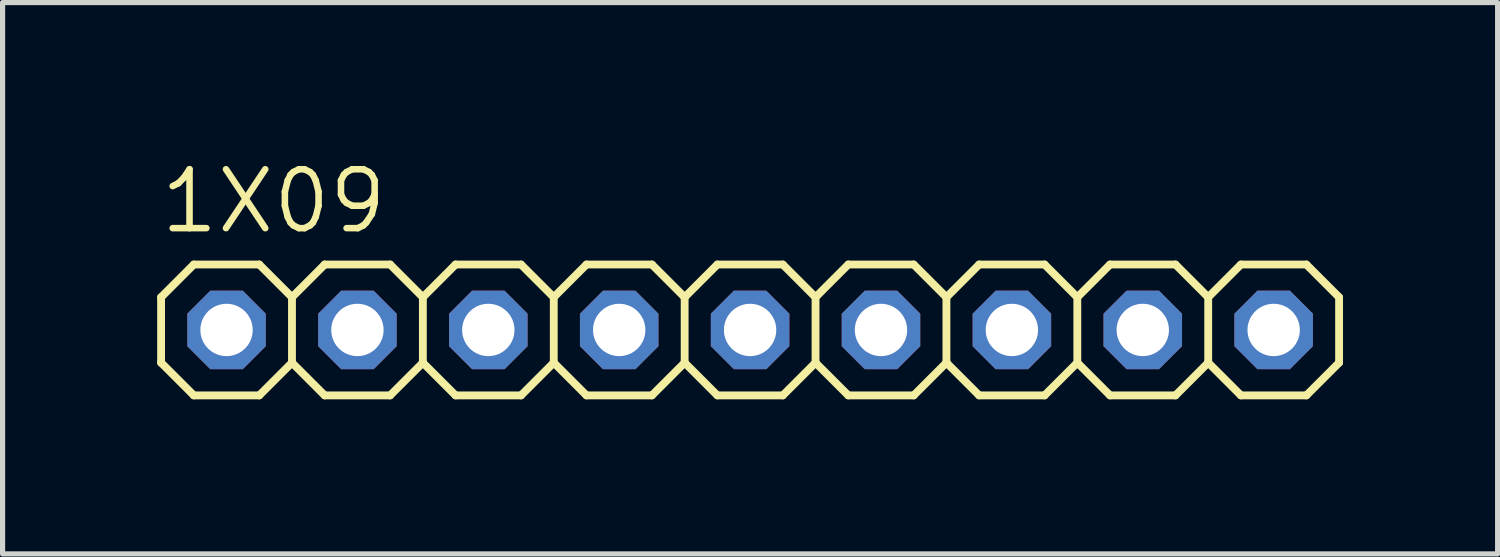
<source format=kicad_pcb>
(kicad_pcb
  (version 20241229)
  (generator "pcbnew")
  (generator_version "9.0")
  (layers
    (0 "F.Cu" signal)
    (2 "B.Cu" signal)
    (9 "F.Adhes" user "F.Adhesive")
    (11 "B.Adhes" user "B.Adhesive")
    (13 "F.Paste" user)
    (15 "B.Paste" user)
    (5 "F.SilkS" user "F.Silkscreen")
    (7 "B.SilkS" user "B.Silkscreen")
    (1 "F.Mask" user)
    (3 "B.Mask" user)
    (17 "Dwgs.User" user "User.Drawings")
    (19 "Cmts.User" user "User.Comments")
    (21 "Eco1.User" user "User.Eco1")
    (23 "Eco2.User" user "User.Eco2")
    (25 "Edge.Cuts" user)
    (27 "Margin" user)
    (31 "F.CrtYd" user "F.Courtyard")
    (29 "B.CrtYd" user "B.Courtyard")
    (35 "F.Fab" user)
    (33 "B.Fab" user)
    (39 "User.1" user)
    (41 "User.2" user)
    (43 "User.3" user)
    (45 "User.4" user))
  (footprint "1X09"
    (layer "F.Cu")
    (at 11.506 3.353)
    (property "Reference" "1X09" (at -11.506 -1.829 0) (layer "F.SilkS") (effects (font (size 1.143 1.143) (thickness 0.127)) (justify left bottom)))
    (fp_line (start -11.43 -0.635) (end -11.43 0.635) (stroke (width 0.152) (type solid)) (layer "F.SilkS"))
    (fp_line (start -11.43 0.635) (end -10.795 1.27) (stroke (width 0.152) (type solid)) (layer "F.SilkS"))
    (fp_line (start -10.795 -1.27) (end -11.43 -0.635) (stroke (width 0.152) (type solid)) (layer "F.SilkS"))
    (fp_line (start -10.795 -1.27) (end -9.525 -1.27) (stroke (width 0.152) (type solid)) (layer "F.SilkS"))
    (fp_line (start -9.525 -1.27) (end -8.89 -0.635) (stroke (width 0.152) (type solid)) (layer "F.SilkS"))
    (fp_line (start -9.525 1.27) (end -10.795 1.27) (stroke (width 0.152) (type solid)) (layer "F.SilkS"))
    (fp_line (start -8.89 -0.635) (end -8.89 0.635) (stroke (width 0.152) (type solid)) (layer "F.SilkS"))
    (fp_line (start -8.89 -0.635) (end -8.255 -1.27) (stroke (width 0.152) (type solid)) (layer "F.SilkS"))
    (fp_line (start -8.89 0.635) (end -9.525 1.27) (stroke (width 0.152) (type solid)) (layer "F.SilkS"))
    (fp_line (start -8.255 -1.27) (end -6.985 -1.27) (stroke (width 0.152) (type solid)) (layer "F.SilkS"))
    (fp_line (start -8.255 1.27) (end -8.89 0.635) (stroke (width 0.152) (type solid)) (layer "F.SilkS"))
    (fp_line (start -6.985 -1.27) (end -6.35 -0.635) (stroke (width 0.152) (type solid)) (layer "F.SilkS"))
    (fp_line (start -6.985 1.27) (end -8.255 1.27) (stroke (width 0.152) (type solid)) (layer "F.SilkS"))
    (fp_line (start -6.35 -0.635) (end -6.35 0.635) (stroke (width 0.152) (type solid)) (layer "F.SilkS"))
    (fp_line (start -6.35 -0.635) (end -5.715 -1.27) (stroke (width 0.152) (type solid)) (layer "F.SilkS"))
    (fp_line (start -6.35 0.635) (end -6.985 1.27) (stroke (width 0.152) (type solid)) (layer "F.SilkS"))
    (fp_line (start -5.715 -1.27) (end -4.445 -1.27) (stroke (width 0.152) (type solid)) (layer "F.SilkS"))
    (fp_line (start -5.715 1.27) (end -6.35 0.635) (stroke (width 0.152) (type solid)) (layer "F.SilkS"))
    (fp_line (start -4.445 -1.27) (end -3.81 -0.635) (stroke (width 0.152) (type solid)) (layer "F.SilkS"))
    (fp_line (start -4.445 1.27) (end -5.715 1.27) (stroke (width 0.152) (type solid)) (layer "F.SilkS"))
    (fp_line (start -3.81 -0.635) (end -3.81 0.635) (stroke (width 0.152) (type solid)) (layer "F.SilkS"))
    (fp_line (start -3.81 0.635) (end -4.445 1.27) (stroke (width 0.152) (type solid)) (layer "F.SilkS"))
    (fp_line (start -3.81 0.635) (end -3.175 1.27) (stroke (width 0.152) (type solid)) (layer "F.SilkS"))
    (fp_line (start -3.175 -1.27) (end -3.81 -0.635) (stroke (width 0.152) (type solid)) (layer "F.SilkS"))
    (fp_line (start -3.175 -1.27) (end -1.905 -1.27) (stroke (width 0.152) (type solid)) (layer "F.SilkS"))
    (fp_line (start -1.905 -1.27) (end -1.27 -0.635) (stroke (width 0.152) (type solid)) (layer "F.SilkS"))
    (fp_line (start -1.905 1.27) (end -3.175 1.27) (stroke (width 0.152) (type solid)) (layer "F.SilkS"))
    (fp_line (start -1.27 -0.635) (end -1.27 0.635) (stroke (width 0.152) (type solid)) (layer "F.SilkS"))
    (fp_line (start -1.27 -0.635) (end -0.635 -1.27) (stroke (width 0.152) (type solid)) (layer "F.SilkS"))
    (fp_line (start -1.27 0.635) (end -1.905 1.27) (stroke (width 0.152) (type solid)) (layer "F.SilkS"))
    (fp_line (start -0.635 -1.27) (end 0.635 -1.27) (stroke (width 0.152) (type solid)) (layer "F.SilkS"))
    (fp_line (start -0.635 1.27) (end -1.27 0.635) (stroke (width 0.152) (type solid)) (layer "F.SilkS"))
    (fp_line (start 0.635 -1.27) (end 1.27 -0.635) (stroke (width 0.152) (type solid)) (layer "F.SilkS"))
    (fp_line (start 0.635 1.27) (end -0.635 1.27) (stroke (width 0.152) (type solid)) (layer "F.SilkS"))
    (fp_line (start 1.27 -0.635) (end 1.27 0.635) (stroke (width 0.152) (type solid)) (layer "F.SilkS"))
    (fp_line (start 1.27 -0.635) (end 1.905 -1.27) (stroke (width 0.152) (type solid)) (layer "F.SilkS"))
    (fp_line (start 1.27 0.635) (end 0.635 1.27) (stroke (width 0.152) (type solid)) (layer "F.SilkS"))
    (fp_line (start 1.905 -1.27) (end 3.175 -1.27) (stroke (width 0.152) (type solid)) (layer "F.SilkS"))
    (fp_line (start 1.905 1.27) (end 1.27 0.635) (stroke (width 0.152) (type solid)) (layer "F.SilkS"))
    (fp_line (start 3.175 -1.27) (end 3.81 -0.635) (stroke (width 0.152) (type solid)) (layer "F.SilkS"))
    (fp_line (start 3.175 1.27) (end 1.905 1.27) (stroke (width 0.152) (type solid)) (layer "F.SilkS"))
    (fp_line (start 3.81 -0.635) (end 3.81 0.635) (stroke (width 0.152) (type solid)) (layer "F.SilkS"))
    (fp_line (start 3.81 0.635) (end 3.175 1.27) (stroke (width 0.152) (type solid)) (layer "F.SilkS"))
    (fp_line (start 3.81 0.635) (end 4.445 1.27) (stroke (width 0.152) (type solid)) (layer "F.SilkS"))
    (fp_line (start 4.445 -1.27) (end 3.81 -0.635) (stroke (width 0.152) (type solid)) (layer "F.SilkS"))
    (fp_line (start 4.445 -1.27) (end 5.715 -1.27) (stroke (width 0.152) (type solid)) (layer "F.SilkS"))
    (fp_line (start 5.715 -1.27) (end 6.35 -0.635) (stroke (width 0.152) (type solid)) (layer "F.SilkS"))
    (fp_line (start 5.715 1.27) (end 4.445 1.27) (stroke (width 0.152) (type solid)) (layer "F.SilkS"))
    (fp_line (start 6.35 -0.635) (end 6.35 0.635) (stroke (width 0.152) (type solid)) (layer "F.SilkS"))
    (fp_line (start 6.35 -0.635) (end 6.985 -1.27) (stroke (width 0.152) (type solid)) (layer "F.SilkS"))
    (fp_line (start 6.35 0.635) (end 5.715 1.27) (stroke (width 0.152) (type solid)) (layer "F.SilkS"))
    (fp_line (start 6.985 -1.27) (end 8.255 -1.27) (stroke (width 0.152) (type solid)) (layer "F.SilkS"))
    (fp_line (start 6.985 1.27) (end 6.35 0.635) (stroke (width 0.152) (type solid)) (layer "F.SilkS"))
    (fp_line (start 8.255 -1.27) (end 8.89 -0.635) (stroke (width 0.152) (type solid)) (layer "F.SilkS"))
    (fp_line (start 8.255 1.27) (end 6.985 1.27) (stroke (width 0.152) (type solid)) (layer "F.SilkS"))
    (fp_line (start 8.89 -0.635) (end 8.89 0.635) (stroke (width 0.152) (type solid)) (layer "F.SilkS"))
    (fp_line (start 8.89 0.635) (end 8.255 1.27) (stroke (width 0.152) (type solid)) (layer "F.SilkS"))
    (fp_line (start 8.89 0.635) (end 9.525 1.27) (stroke (width 0.152) (type solid)) (layer "F.SilkS"))
    (fp_line (start 9.525 -1.27) (end 8.89 -0.635) (stroke (width 0.152) (type solid)) (layer "F.SilkS"))
    (fp_line (start 9.525 -1.27) (end 10.795 -1.27) (stroke (width 0.152) (type solid)) (layer "F.SilkS"))
    (fp_line (start 10.795 -1.27) (end 11.43 -0.635) (stroke (width 0.152) (type solid)) (layer "F.SilkS"))
    (fp_line (start 10.795 1.27) (end 9.525 1.27) (stroke (width 0.152) (type solid)) (layer "F.SilkS"))
    (fp_line (start 11.43 -0.635) (end 11.43 0.635) (stroke (width 0.152) (type solid)) (layer "F.SilkS"))
    (fp_line (start 11.43 0.635) (end 10.795 1.27) (stroke (width 0.152) (type solid)) (layer "F.SilkS"))
    (fp_poly (pts (xy -10.414 0.254) (xy -9.906 0.254) (xy -9.906 -0.254) (xy -10.414 -0.254)) (stroke (width 0.1) (type default)) (fill no) (layer "F.Fab"))
    (fp_poly (pts (xy -7.874 0.254) (xy -7.366 0.254) (xy -7.366 -0.254) (xy -7.874 -0.254)) (stroke (width 0.1) (type default)) (fill no) (layer "F.Fab"))
    (fp_poly (pts (xy -5.334 0.254) (xy -4.826 0.254) (xy -4.826 -0.254) (xy -5.334 -0.254)) (stroke (width 0.1) (type default)) (fill no) (layer "F.Fab"))
    (fp_poly (pts (xy -2.794 0.254) (xy -2.286 0.254) (xy -2.286 -0.254) (xy -2.794 -0.254)) (stroke (width 0.1) (type default)) (fill no) (layer "F.Fab"))
    (fp_poly (pts (xy -0.254 0.254) (xy 0.254 0.254) (xy 0.254 -0.254) (xy -0.254 -0.254)) (stroke (width 0.1) (type default)) (fill no) (layer "F.Fab"))
    (fp_poly (pts (xy 2.286 0.254) (xy 2.794 0.254) (xy 2.794 -0.254) (xy 2.286 -0.254)) (stroke (width 0.1) (type default)) (fill no) (layer "F.Fab"))
    (fp_poly (pts (xy 4.826 0.254) (xy 5.334 0.254) (xy 5.334 -0.254) (xy 4.826 -0.254)) (stroke (width 0.1) (type default)) (fill no) (layer "F.Fab"))
    (fp_poly (pts (xy 7.366 0.254) (xy 7.874 0.254) (xy 7.874 -0.254) (xy 7.366 -0.254)) (stroke (width 0.1) (type default)) (fill no) (layer "F.Fab"))
    (fp_poly (pts (xy 9.906 0.254) (xy 10.414 0.254) (xy 10.414 -0.254) (xy 9.906 -0.254)) (stroke (width 0.1) (type default)) (fill no) (layer "F.Fab"))
    (pad "1" thru_hole roundrect (at -10.16 0 90) (size 1.524 1.524) (drill 1.016) (layers "*.Cu" "*.Mask") (roundrect_rratio 0.25) (chamfer_ratio 0.293) (chamfer top_left top_right bottom_left bottom_right))
    (pad "2" thru_hole roundrect (at -7.62 0 90) (size 1.524 1.524) (drill 1.016) (layers "*.Cu" "*.Mask") (roundrect_rratio 0.25) (chamfer_ratio 0.293) (chamfer top_left top_right bottom_left bottom_right))
    (pad "3" thru_hole roundrect (at -5.08 0 90) (size 1.524 1.524) (drill 1.016) (layers "*.Cu" "*.Mask") (roundrect_rratio 0.25) (chamfer_ratio 0.293) (chamfer top_left top_right bottom_left bottom_right))
    (pad "4" thru_hole roundrect (at -2.54 0 90) (size 1.524 1.524) (drill 1.016) (layers "*.Cu" "*.Mask") (roundrect_rratio 0.25) (chamfer_ratio 0.293) (chamfer top_left top_right bottom_left bottom_right))
    (pad "5" thru_hole roundrect (at 0 0 90) (size 1.524 1.524) (drill 1.016) (layers "*.Cu" "*.Mask") (roundrect_rratio 0.25) (chamfer_ratio 0.293) (chamfer top_left top_right bottom_left bottom_right))
    (pad "6" thru_hole roundrect (at 2.54 0 90) (size 1.524 1.524) (drill 1.016) (layers "*.Cu" "*.Mask") (roundrect_rratio 0.25) (chamfer_ratio 0.293) (chamfer top_left top_right bottom_left bottom_right))
    (pad "7" thru_hole roundrect (at 5.08 0 90) (size 1.524 1.524) (drill 1.016) (layers "*.Cu" "*.Mask") (roundrect_rratio 0.25) (chamfer_ratio 0.293) (chamfer top_left top_right bottom_left bottom_right))
    (pad "8" thru_hole roundrect (at 7.62 0 90) (size 1.524 1.524) (drill 1.016) (layers "*.Cu" "*.Mask") (roundrect_rratio 0.25) (chamfer_ratio 0.293) (chamfer top_left top_right bottom_left bottom_right))
    (pad "9" thru_hole roundrect (at 10.16 0 90) (size 1.524 1.524) (drill 1.016) (layers "*.Cu" "*.Mask") (roundrect_rratio 0.25) (chamfer_ratio 0.293) (chamfer top_left top_right bottom_left bottom_right)))
  (gr_rect
    (start -3 -3)
    (end 26.012 7.699)
    (stroke (width 0.1) (type default))
    (fill no)
    (layer "Edge.Cuts")))
</source>
